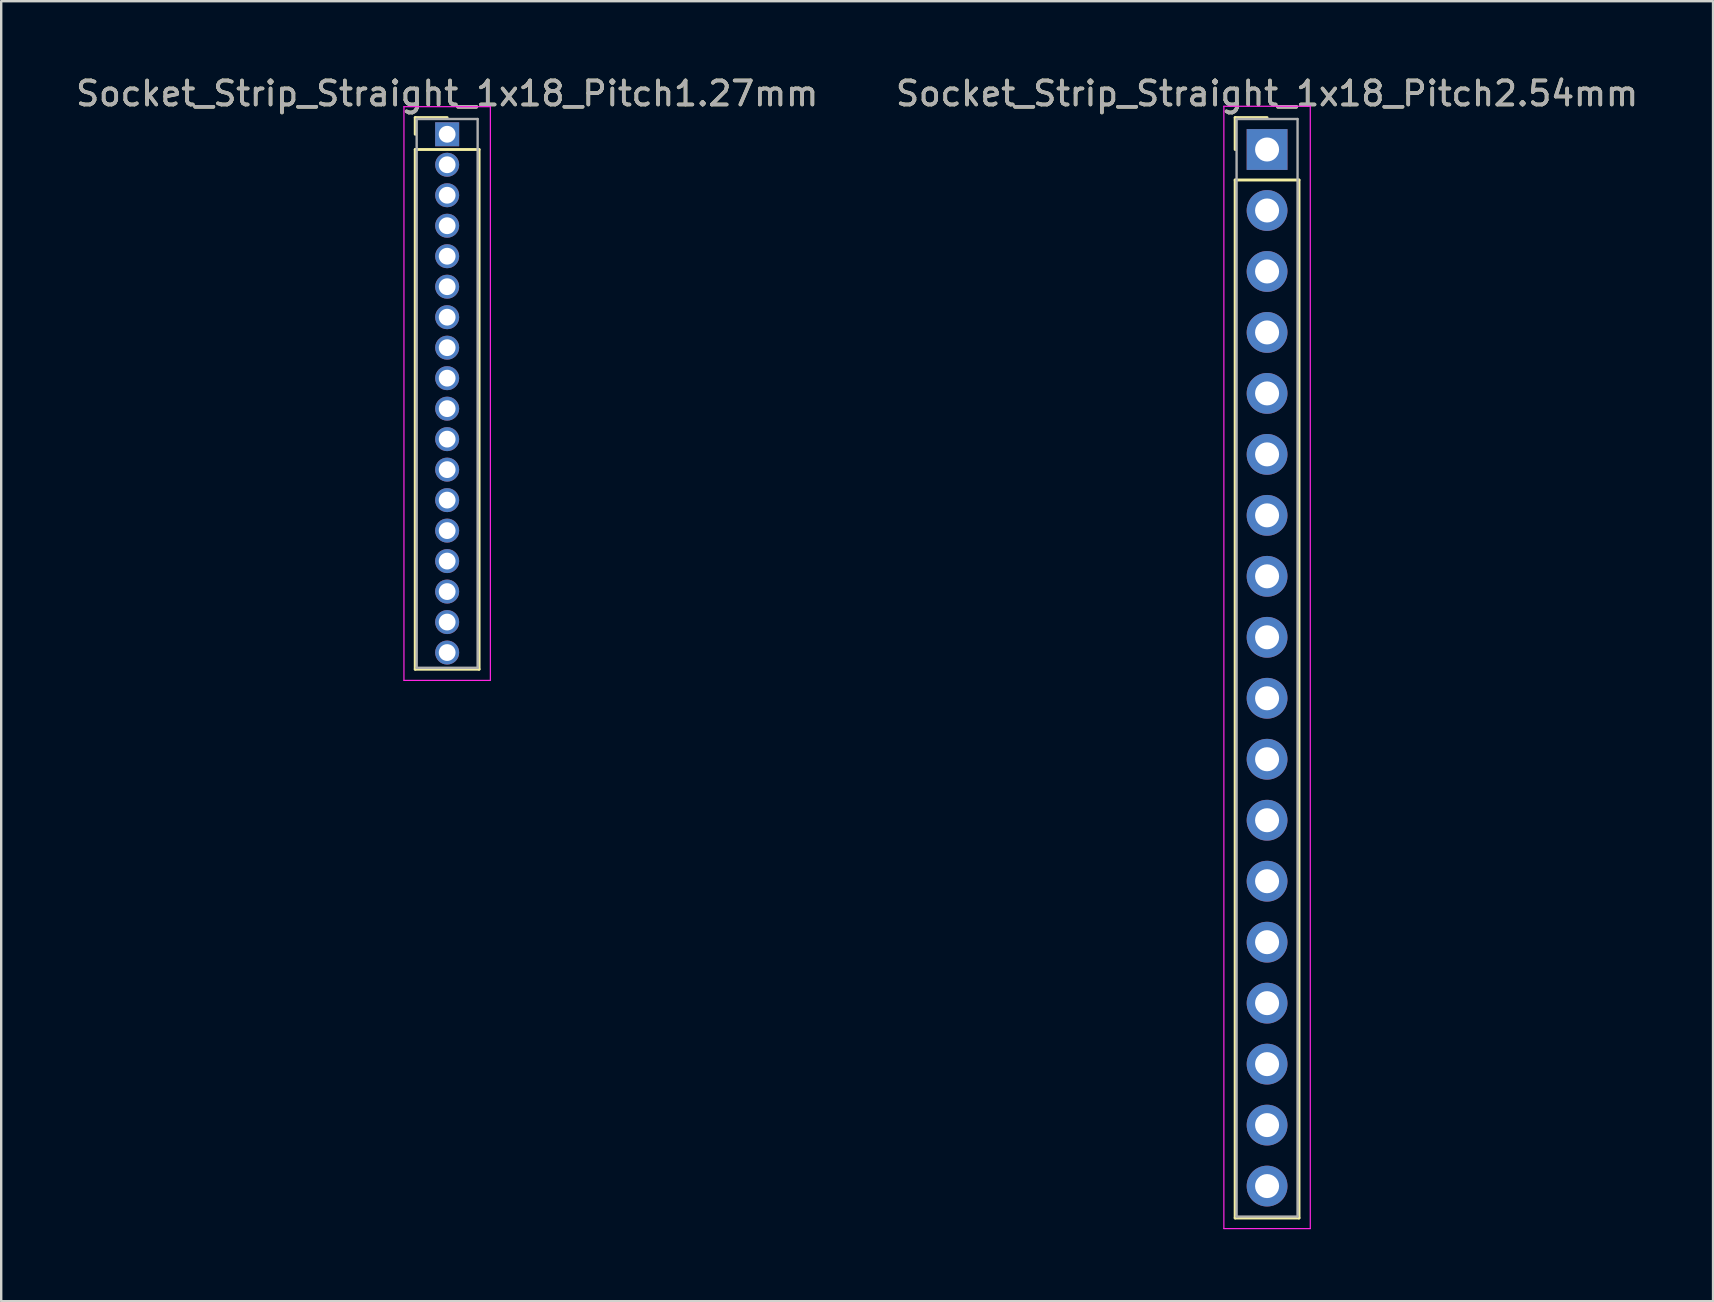
<source format=kicad_pcb>
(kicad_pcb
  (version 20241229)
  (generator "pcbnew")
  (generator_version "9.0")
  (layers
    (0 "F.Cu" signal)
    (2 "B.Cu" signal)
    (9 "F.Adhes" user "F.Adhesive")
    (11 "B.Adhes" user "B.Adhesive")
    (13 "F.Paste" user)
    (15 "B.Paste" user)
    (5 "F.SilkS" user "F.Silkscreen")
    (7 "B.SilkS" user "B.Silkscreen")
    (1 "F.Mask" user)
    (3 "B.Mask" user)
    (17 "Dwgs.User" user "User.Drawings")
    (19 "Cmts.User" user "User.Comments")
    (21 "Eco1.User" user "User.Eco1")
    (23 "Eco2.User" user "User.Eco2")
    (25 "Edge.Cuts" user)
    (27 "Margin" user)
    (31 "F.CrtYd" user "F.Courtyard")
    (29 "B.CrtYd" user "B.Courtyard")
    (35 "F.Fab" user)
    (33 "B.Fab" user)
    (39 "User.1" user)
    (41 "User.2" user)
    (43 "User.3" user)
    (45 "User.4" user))
  (footprint "Socket_Strip_Straight_1x18_Pitch2.54mm"
    (layer "F.Cu")
    (at 49.732 3.178)
    (property "Reference" "Socket_Strip_Straight_1x18_Pitch2.54mm" (at 0 -2.33 0) (layer "F.SilkS") (effects (font (size 1 1) (thickness 0.15))))
    (attr through_hole)
    (fp_line (start -1.33 -1.33) (end 0 -1.33) (stroke (width 0.12) (type solid)) (layer "F.SilkS"))
    (fp_line (start -1.33 0) (end -1.33 -1.33) (stroke (width 0.12) (type solid)) (layer "F.SilkS"))
    (fp_line (start -1.33 1.27) (end -1.33 44.51) (stroke (width 0.12) (type solid)) (layer "F.SilkS"))
    (fp_line (start -1.33 44.51) (end 1.33 44.51) (stroke (width 0.12) (type solid)) (layer "F.SilkS"))
    (fp_line (start 1.33 1.27) (end -1.33 1.27) (stroke (width 0.12) (type solid)) (layer "F.SilkS"))
    (fp_line (start 1.33 44.51) (end 1.33 1.27) (stroke (width 0.12) (type solid)) (layer "F.SilkS"))
    (fp_line (start -1.8 -1.8) (end -1.8 44.95) (stroke (width 0.05) (type solid)) (layer "F.CrtYd"))
    (fp_line (start -1.8 44.95) (end 1.8 44.95) (stroke (width 0.05) (type solid)) (layer "F.CrtYd"))
    (fp_line (start 1.8 -1.8) (end -1.8 -1.8) (stroke (width 0.05) (type solid)) (layer "F.CrtYd"))
    (fp_line (start 1.8 44.95) (end 1.8 -1.8) (stroke (width 0.05) (type solid)) (layer "F.CrtYd"))
    (fp_line (start -1.27 -1.27) (end -1.27 44.45) (stroke (width 0.1) (type solid)) (layer "F.Fab"))
    (fp_line (start -1.27 44.45) (end 1.27 44.45) (stroke (width 0.1) (type solid)) (layer "F.Fab"))
    (fp_line (start 1.27 -1.27) (end -1.27 -1.27) (stroke (width 0.1) (type solid)) (layer "F.Fab"))
    (fp_line (start 1.27 44.45) (end 1.27 -1.27) (stroke (width 0.1) (type solid)) (layer "F.Fab"))
    (fp_text user "${REFERENCE}" (at 0 -2.33 0) (layer "F.Fab") (effects (font (size 1 1) (thickness 0.15))))
    (pad "1" thru_hole rect (at 0 0) (size 1.7 1.7) (drill 1) (layers "*.Cu" "*.Mask"))
    (pad "2" thru_hole oval (at 0 2.54) (size 1.7 1.7) (drill 1) (layers "*.Cu" "*.Mask"))
    (pad "3" thru_hole oval (at 0 5.08) (size 1.7 1.7) (drill 1) (layers "*.Cu" "*.Mask"))
    (pad "4" thru_hole oval (at 0 7.62) (size 1.7 1.7) (drill 1) (layers "*.Cu" "*.Mask"))
    (pad "5" thru_hole oval (at 0 10.16) (size 1.7 1.7) (drill 1) (layers "*.Cu" "*.Mask"))
    (pad "6" thru_hole oval (at 0 12.7) (size 1.7 1.7) (drill 1) (layers "*.Cu" "*.Mask"))
    (pad "7" thru_hole oval (at 0 15.24) (size 1.7 1.7) (drill 1) (layers "*.Cu" "*.Mask"))
    (pad "8" thru_hole oval (at 0 17.78) (size 1.7 1.7) (drill 1) (layers "*.Cu" "*.Mask"))
    (pad "9" thru_hole oval (at 0 20.32) (size 1.7 1.7) (drill 1) (layers "*.Cu" "*.Mask"))
    (pad "10" thru_hole oval (at 0 22.86) (size 1.7 1.7) (drill 1) (layers "*.Cu" "*.Mask"))
    (pad "11" thru_hole oval (at 0 25.4) (size 1.7 1.7) (drill 1) (layers "*.Cu" "*.Mask"))
    (pad "12" thru_hole oval (at 0 27.94) (size 1.7 1.7) (drill 1) (layers "*.Cu" "*.Mask"))
    (pad "13" thru_hole oval (at 0 30.48) (size 1.7 1.7) (drill 1) (layers "*.Cu" "*.Mask"))
    (pad "14" thru_hole oval (at 0 33.02) (size 1.7 1.7) (drill 1) (layers "*.Cu" "*.Mask"))
    (pad "15" thru_hole oval (at 0 35.56) (size 1.7 1.7) (drill 1) (layers "*.Cu" "*.Mask"))
    (pad "16" thru_hole oval (at 0 38.1) (size 1.7 1.7) (drill 1) (layers "*.Cu" "*.Mask"))
    (pad "17" thru_hole oval (at 0 40.64) (size 1.7 1.7) (drill 1) (layers "*.Cu" "*.Mask"))
    (pad "18" thru_hole oval (at 0 43.18) (size 1.7 1.7) (drill 1) (layers "*.Cu" "*.Mask")))
  (footprint "Socket_Strip_Straight_1x18_Pitch1.27mm"
    (layer "F.Cu")
    (at 15.577 2.543)
    (property "Reference" "Socket_Strip_Straight_1x18_Pitch1.27mm" (at 0 -1.695 0) (layer "F.SilkS") (effects (font (size 1 1) (thickness 0.15))))
    (attr through_hole)
    (fp_line (start -1.33 -0.695) (end 0 -0.695) (stroke (width 0.12) (type solid)) (layer "F.SilkS"))
    (fp_line (start -1.33 0) (end -1.33 -0.695) (stroke (width 0.12) (type solid)) (layer "F.SilkS"))
    (fp_line (start -1.33 0.635) (end -1.33 22.285) (stroke (width 0.12) (type solid)) (layer "F.SilkS"))
    (fp_line (start -1.33 22.285) (end 1.33 22.285) (stroke (width 0.12) (type solid)) (layer "F.SilkS"))
    (fp_line (start 1.33 0.635) (end -1.33 0.635) (stroke (width 0.12) (type solid)) (layer "F.SilkS"))
    (fp_line (start 1.33 22.285) (end 1.33 0.635) (stroke (width 0.12) (type solid)) (layer "F.SilkS"))
    (fp_line (start -1.8 -1.15) (end -1.8 22.75) (stroke (width 0.05) (type solid)) (layer "F.CrtYd"))
    (fp_line (start -1.8 22.75) (end 1.8 22.75) (stroke (width 0.05) (type solid)) (layer "F.CrtYd"))
    (fp_line (start 1.8 -1.15) (end -1.8 -1.15) (stroke (width 0.05) (type solid)) (layer "F.CrtYd"))
    (fp_line (start 1.8 22.75) (end 1.8 -1.15) (stroke (width 0.05) (type solid)) (layer "F.CrtYd"))
    (fp_line (start -1.27 -0.635) (end -1.27 22.225) (stroke (width 0.1) (type solid)) (layer "F.Fab"))
    (fp_line (start -1.27 22.225) (end 1.27 22.225) (stroke (width 0.1) (type solid)) (layer "F.Fab"))
    (fp_line (start 1.27 -0.635) (end -1.27 -0.635) (stroke (width 0.1) (type solid)) (layer "F.Fab"))
    (fp_line (start 1.27 22.225) (end 1.27 -0.635) (stroke (width 0.1) (type solid)) (layer "F.Fab"))
    (fp_text user "${REFERENCE}" (at 0 -1.695 0) (layer "F.Fab") (effects (font (size 1 1) (thickness 0.15))))
    (pad "1" thru_hole rect (at 0 0) (size 1 1) (drill 0.7) (layers "*.Cu" "*.Mask"))
    (pad "2" thru_hole oval (at 0 1.27) (size 1 1) (drill 0.7) (layers "*.Cu" "*.Mask"))
    (pad "3" thru_hole oval (at 0 2.54) (size 1 1) (drill 0.7) (layers "*.Cu" "*.Mask"))
    (pad "4" thru_hole oval (at 0 3.81) (size 1 1) (drill 0.7) (layers "*.Cu" "*.Mask"))
    (pad "5" thru_hole oval (at 0 5.08) (size 1 1) (drill 0.7) (layers "*.Cu" "*.Mask"))
    (pad "6" thru_hole oval (at 0 6.35) (size 1 1) (drill 0.7) (layers "*.Cu" "*.Mask"))
    (pad "7" thru_hole oval (at 0 7.62) (size 1 1) (drill 0.7) (layers "*.Cu" "*.Mask"))
    (pad "8" thru_hole oval (at 0 8.89) (size 1 1) (drill 0.7) (layers "*.Cu" "*.Mask"))
    (pad "9" thru_hole oval (at 0 10.16) (size 1 1) (drill 0.7) (layers "*.Cu" "*.Mask"))
    (pad "10" thru_hole oval (at 0 11.43) (size 1 1) (drill 0.7) (layers "*.Cu" "*.Mask"))
    (pad "11" thru_hole oval (at 0 12.7) (size 1 1) (drill 0.7) (layers "*.Cu" "*.Mask"))
    (pad "12" thru_hole oval (at 0 13.97) (size 1 1) (drill 0.7) (layers "*.Cu" "*.Mask"))
    (pad "13" thru_hole oval (at 0 15.24) (size 1 1) (drill 0.7) (layers "*.Cu" "*.Mask"))
    (pad "14" thru_hole oval (at 0 16.51) (size 1 1) (drill 0.7) (layers "*.Cu" "*.Mask"))
    (pad "15" thru_hole oval (at 0 17.78) (size 1 1) (drill 0.7) (layers "*.Cu" "*.Mask"))
    (pad "16" thru_hole oval (at 0 19.05) (size 1 1) (drill 0.7) (layers "*.Cu" "*.Mask"))
    (pad "17" thru_hole oval (at 0 20.32) (size 1 1) (drill 0.7) (layers "*.Cu" "*.Mask"))
    (pad "18" thru_hole oval (at 0 21.59) (size 1 1) (drill 0.7) (layers "*.Cu" "*.Mask")))
  (gr_rect
    (start -3 -3)
    (end 68.31 51.153)
    (stroke (width 0.1) (type default))
    (fill no)
    (layer "Edge.Cuts")))
</source>
